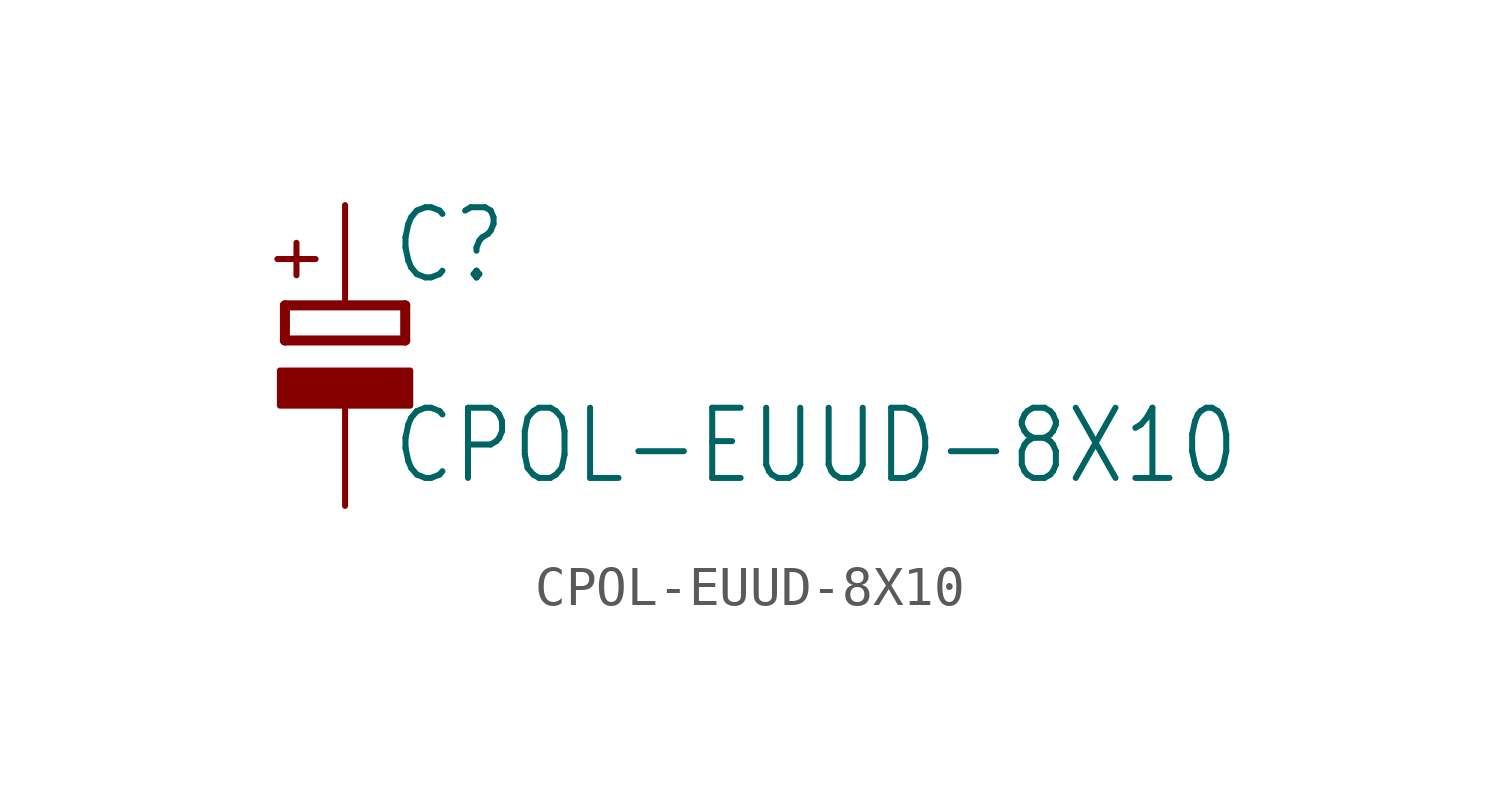
<source format=kicad_sym>
(kicad_symbol_lib
  (version 20220331)
  (generator kicad_symbol_editor)
  (symbol "CPOL-EUUD-8X10"
    (property "Reference" "C"
      (at 1.143 0.483 0)
      (effects (font (size 1.778 1.511)) (justify left bottom)))
    (property "Value" "CPOL-EUUD-8X10"
      (at 1.143 -4.597 0)
      (effects (font (size 1.778 1.511)) (justify left bottom)))
    (property "ki_locked" ""
      (at 0 0 0)
      (effects (font (size 1.27 1.27))))
    (symbol "CPOL-EUUD-8X10_1_0"
      (rectangle (start -1.651 -2.54) (end 1.651 -1.651) (stroke (width 0) (type default)) (fill (type outline)))
      (polyline (pts (xy -1.524 -0.889) (xy 1.524 -0.889)) (stroke (width 0.254) (type solid)) (fill (type none)))
      (polyline (pts (xy -1.524 0) (xy -1.524 -0.889)) (stroke (width 0.254) (type solid)) (fill (type none)))
      (polyline (pts (xy -1.524 0) (xy 1.524 0)) (stroke (width 0.254) (type solid)) (fill (type none)))
      (polyline (pts (xy 1.524 -0.889) (xy 1.524 0)) (stroke (width 0.254) (type solid)) (fill (type none)))
      (text "+" (at -0.584 0.406 900) (effects (font (size 1.27 1.079)) (justify left bottom)))
      (pin passive line (at 0 2.54 270) (length 2.54) (name "+" (effects (font (size 0 0)))) (number "+" (effects (font (size 0 0)))))
      (pin passive line (at 0 -5.08 90) (length 2.54) (name "-" (effects (font (size 0 0)))) (number "-" (effects (font (size 0 0))))))))
</source>
